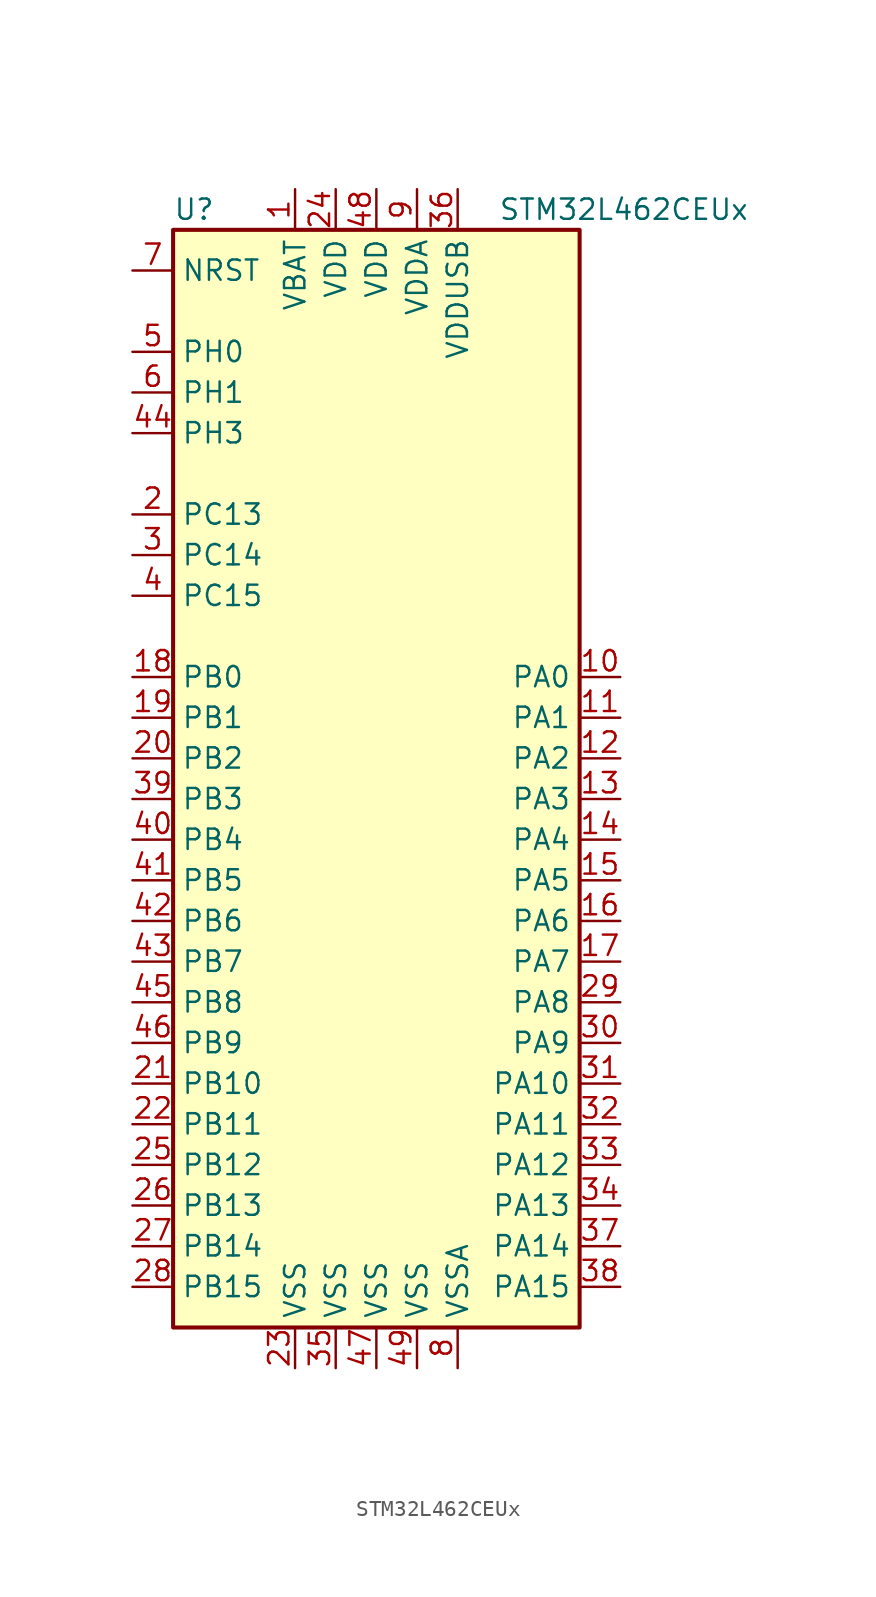
<source format=kicad_sym>
(kicad_symbol_lib
  (version 20201005)
  (generator kicad_symbol_editor)
  (symbol "STM32L462CEUx"
    (property "Reference" "U"
      (at -12.7 34.29 0)
      (effects (font (size 1.27 1.27)) (justify left)))
    (property "Value" "STM32L462CEUx"
      (at 7.62 34.29 0)
      (effects (font (size 1.27 1.27)) (justify left)))
    (symbol "STM32L462CEUx_0_1"
      (rectangle (start -12.7 -35.56) (end 12.7 33.02) (stroke (width 0.254)) (fill (type background))))
    (symbol "STM32L462CEUx_1_1"
      (pin input line (at -15.24 30.48 0) (length 2.54) (name "NRST" (effects (font (size 1.27 1.27)))) (number "7" (effects (font (size 1.27 1.27)))))
      (pin bidirectional line (at 15.24 5.08 180) (length 2.54) (name "PA0" (effects (font (size 1.27 1.27)))) (number "10" (effects (font (size 1.27 1.27)))))
      (pin bidirectional line (at 15.24 2.54 180) (length 2.54) (name "PA1" (effects (font (size 1.27 1.27)))) (number "11" (effects (font (size 1.27 1.27)))))
      (pin bidirectional line (at 15.24 -20.32 180) (length 2.54) (name "PA10" (effects (font (size 1.27 1.27)))) (number "31" (effects (font (size 1.27 1.27)))))
      (pin bidirectional line (at 15.24 -22.86 180) (length 2.54) (name "PA11" (effects (font (size 1.27 1.27)))) (number "32" (effects (font (size 1.27 1.27)))))
      (pin bidirectional line (at 15.24 -25.4 180) (length 2.54) (name "PA12" (effects (font (size 1.27 1.27)))) (number "33" (effects (font (size 1.27 1.27)))))
      (pin bidirectional line (at 15.24 -27.94 180) (length 2.54) (name "PA13" (effects (font (size 1.27 1.27)))) (number "34" (effects (font (size 1.27 1.27)))))
      (pin bidirectional line (at 15.24 -30.48 180) (length 2.54) (name "PA14" (effects (font (size 1.27 1.27)))) (number "37" (effects (font (size 1.27 1.27)))))
      (pin bidirectional line (at 15.24 -33.02 180) (length 2.54) (name "PA15" (effects (font (size 1.27 1.27)))) (number "38" (effects (font (size 1.27 1.27)))))
      (pin bidirectional line (at 15.24 0 180) (length 2.54) (name "PA2" (effects (font (size 1.27 1.27)))) (number "12" (effects (font (size 1.27 1.27)))))
      (pin bidirectional line (at 15.24 -2.54 180) (length 2.54) (name "PA3" (effects (font (size 1.27 1.27)))) (number "13" (effects (font (size 1.27 1.27)))))
      (pin bidirectional line (at 15.24 -5.08 180) (length 2.54) (name "PA4" (effects (font (size 1.27 1.27)))) (number "14" (effects (font (size 1.27 1.27)))))
      (pin bidirectional line (at 15.24 -7.62 180) (length 2.54) (name "PA5" (effects (font (size 1.27 1.27)))) (number "15" (effects (font (size 1.27 1.27)))))
      (pin bidirectional line (at 15.24 -10.16 180) (length 2.54) (name "PA6" (effects (font (size 1.27 1.27)))) (number "16" (effects (font (size 1.27 1.27)))))
      (pin bidirectional line (at 15.24 -12.7 180) (length 2.54) (name "PA7" (effects (font (size 1.27 1.27)))) (number "17" (effects (font (size 1.27 1.27)))))
      (pin bidirectional line (at 15.24 -15.24 180) (length 2.54) (name "PA8" (effects (font (size 1.27 1.27)))) (number "29" (effects (font (size 1.27 1.27)))))
      (pin bidirectional line (at 15.24 -17.78 180) (length 2.54) (name "PA9" (effects (font (size 1.27 1.27)))) (number "30" (effects (font (size 1.27 1.27)))))
      (pin bidirectional line (at -15.24 5.08 0) (length 2.54) (name "PB0" (effects (font (size 1.27 1.27)))) (number "18" (effects (font (size 1.27 1.27)))))
      (pin bidirectional line (at -15.24 2.54 0) (length 2.54) (name "PB1" (effects (font (size 1.27 1.27)))) (number "19" (effects (font (size 1.27 1.27)))))
      (pin bidirectional line (at -15.24 -20.32 0) (length 2.54) (name "PB10" (effects (font (size 1.27 1.27)))) (number "21" (effects (font (size 1.27 1.27)))))
      (pin bidirectional line (at -15.24 -22.86 0) (length 2.54) (name "PB11" (effects (font (size 1.27 1.27)))) (number "22" (effects (font (size 1.27 1.27)))))
      (pin bidirectional line (at -15.24 -25.4 0) (length 2.54) (name "PB12" (effects (font (size 1.27 1.27)))) (number "25" (effects (font (size 1.27 1.27)))))
      (pin bidirectional line (at -15.24 -27.94 0) (length 2.54) (name "PB13" (effects (font (size 1.27 1.27)))) (number "26" (effects (font (size 1.27 1.27)))))
      (pin bidirectional line (at -15.24 -30.48 0) (length 2.54) (name "PB14" (effects (font (size 1.27 1.27)))) (number "27" (effects (font (size 1.27 1.27)))))
      (pin bidirectional line (at -15.24 -33.02 0) (length 2.54) (name "PB15" (effects (font (size 1.27 1.27)))) (number "28" (effects (font (size 1.27 1.27)))))
      (pin bidirectional line (at -15.24 0 0) (length 2.54) (name "PB2" (effects (font (size 1.27 1.27)))) (number "20" (effects (font (size 1.27 1.27)))))
      (pin bidirectional line (at -15.24 -2.54 0) (length 2.54) (name "PB3" (effects (font (size 1.27 1.27)))) (number "39" (effects (font (size 1.27 1.27)))))
      (pin bidirectional line (at -15.24 -5.08 0) (length 2.54) (name "PB4" (effects (font (size 1.27 1.27)))) (number "40" (effects (font (size 1.27 1.27)))))
      (pin bidirectional line (at -15.24 -7.62 0) (length 2.54) (name "PB5" (effects (font (size 1.27 1.27)))) (number "41" (effects (font (size 1.27 1.27)))))
      (pin bidirectional line (at -15.24 -10.16 0) (length 2.54) (name "PB6" (effects (font (size 1.27 1.27)))) (number "42" (effects (font (size 1.27 1.27)))))
      (pin bidirectional line (at -15.24 -12.7 0) (length 2.54) (name "PB7" (effects (font (size 1.27 1.27)))) (number "43" (effects (font (size 1.27 1.27)))))
      (pin bidirectional line (at -15.24 -15.24 0) (length 2.54) (name "PB8" (effects (font (size 1.27 1.27)))) (number "45" (effects (font (size 1.27 1.27)))))
      (pin bidirectional line (at -15.24 -17.78 0) (length 2.54) (name "PB9" (effects (font (size 1.27 1.27)))) (number "46" (effects (font (size 1.27 1.27)))))
      (pin bidirectional line (at -15.24 15.24 0) (length 2.54) (name "PC13" (effects (font (size 1.27 1.27)))) (number "2" (effects (font (size 1.27 1.27)))))
      (pin bidirectional line (at -15.24 12.7 0) (length 2.54) (name "PC14" (effects (font (size 1.27 1.27)))) (number "3" (effects (font (size 1.27 1.27)))))
      (pin bidirectional line (at -15.24 10.16 0) (length 2.54) (name "PC15" (effects (font (size 1.27 1.27)))) (number "4" (effects (font (size 1.27 1.27)))))
      (pin input line (at -15.24 25.4 0) (length 2.54) (name "PH0" (effects (font (size 1.27 1.27)))) (number "5" (effects (font (size 1.27 1.27)))))
      (pin input line (at -15.24 22.86 0) (length 2.54) (name "PH1" (effects (font (size 1.27 1.27)))) (number "6" (effects (font (size 1.27 1.27)))))
      (pin bidirectional line (at -15.24 20.32 0) (length 2.54) (name "PH3" (effects (font (size 1.27 1.27)))) (number "44" (effects (font (size 1.27 1.27)))))
      (pin power_in line (at -5.08 35.56 270) (length 2.54) (name "VBAT" (effects (font (size 1.27 1.27)))) (number "1" (effects (font (size 1.27 1.27)))))
      (pin power_in line (at -2.54 35.56 270) (length 2.54) (name "VDD" (effects (font (size 1.27 1.27)))) (number "24" (effects (font (size 1.27 1.27)))))
      (pin power_in line (at 0 35.56 270) (length 2.54) (name "VDD" (effects (font (size 1.27 1.27)))) (number "48" (effects (font (size 1.27 1.27)))))
      (pin power_in line (at 2.54 35.56 270) (length 2.54) (name "VDDA" (effects (font (size 1.27 1.27)))) (number "9" (effects (font (size 1.27 1.27)))))
      (pin power_in line (at 5.08 35.56 270) (length 2.54) (name "VDDUSB" (effects (font (size 1.27 1.27)))) (number "36" (effects (font (size 1.27 1.27)))))
      (pin power_in line (at -5.08 -38.1 90) (length 2.54) (name "VSS" (effects (font (size 1.27 1.27)))) (number "23" (effects (font (size 1.27 1.27)))))
      (pin power_in line (at -2.54 -38.1 90) (length 2.54) (name "VSS" (effects (font (size 1.27 1.27)))) (number "35" (effects (font (size 1.27 1.27)))))
      (pin power_in line (at 0 -38.1 90) (length 2.54) (name "VSS" (effects (font (size 1.27 1.27)))) (number "47" (effects (font (size 1.27 1.27)))))
      (pin power_in line (at 2.54 -38.1 90) (length 2.54) (name "VSS" (effects (font (size 1.27 1.27)))) (number "49" (effects (font (size 1.27 1.27)))))
      (pin power_in line (at 5.08 -38.1 90) (length 2.54) (name "VSSA" (effects (font (size 1.27 1.27)))) (number "8" (effects (font (size 1.27 1.27))))))))
</source>
